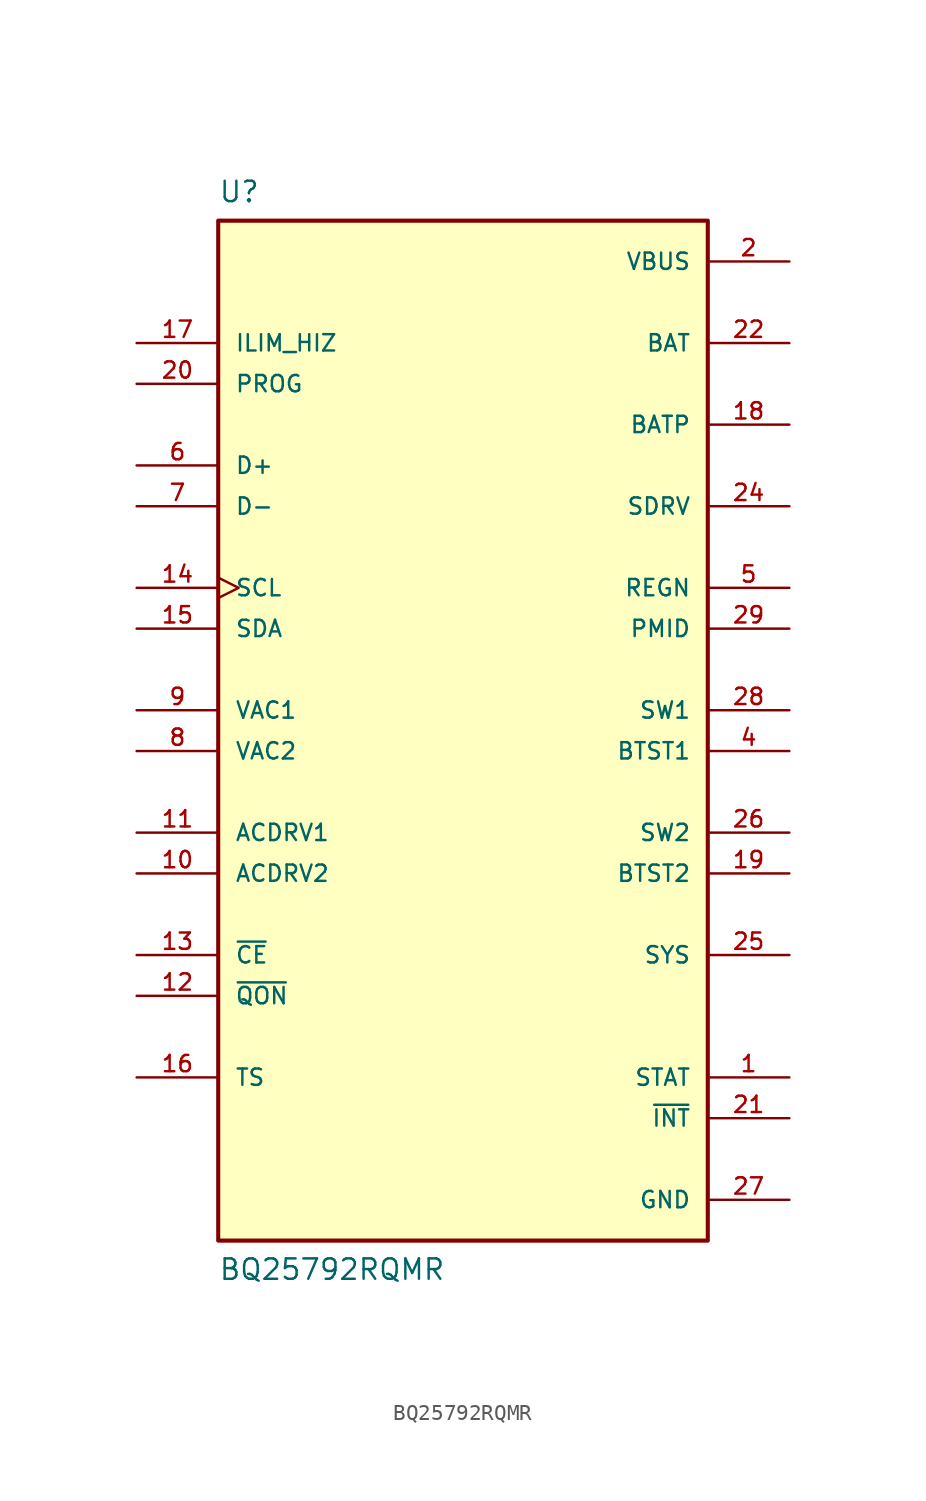
<source format=kicad_sym>
(kicad_symbol_lib
  (version 20211014)
  (generator kicad_symbol_editor)
  (symbol "BQ25792RQMR"
    (pin_names
      (offset 1.016))
    (property "Reference" "U"
      (at -15.24 35.56 0)
      (effects (font (size 1.27 1.27)) (justify top left)))
    (property "Value" "BQ25792RQMR"
      (at -15.24 -33.02 0)
      (effects (font (size 1.27 1.27)) (justify bottom left)))
    (symbol "BQ25792RQMR_0_0"
      (rectangle (start -15.24 -30.48) (end 15.24 33.02) (stroke (width 0.254)) (fill (type background)))
      (pin output line (at 20.32 -20.32 180.0) (length 5.08) (name "STAT" (effects (font (size 1.016 1.016)))) (number "1" (effects (font (size 1.016 1.016)))))
      (pin power_in line (at 20.32 30.48 180.0) (length 5.08) (name "VBUS" (effects (font (size 1.016 1.016)))) (number "2" (effects (font (size 1.016 1.016)))))
      (pin power_in line (at 20.32 30.48 180.0) (length 5.08) hide (name "VBUS" (effects (font (size 1.016 1.016)))) (number "3" (effects (font (size 1.016 1.016)))))
      (pin power_in line (at 20.32 0.0 180.0) (length 5.08) (name "BTST1" (effects (font (size 1.016 1.016)))) (number "4" (effects (font (size 1.016 1.016)))))
      (pin power_in line (at 20.32 10.16 180.0) (length 5.08) (name "REGN" (effects (font (size 1.016 1.016)))) (number "5" (effects (font (size 1.016 1.016)))))
      (pin bidirectional line (at -20.32 17.78 0) (length 5.08) (name "D+" (effects (font (size 1.016 1.016)))) (number "6" (effects (font (size 1.016 1.016)))))
      (pin bidirectional line (at -20.32 15.24 0) (length 5.08) (name "D-" (effects (font (size 1.016 1.016)))) (number "7" (effects (font (size 1.016 1.016)))))
      (pin power_in line (at -20.32 0.0 0) (length 5.08) (name "VAC2" (effects (font (size 1.016 1.016)))) (number "8" (effects (font (size 1.016 1.016)))))
      (pin power_in line (at -20.32 2.54 0) (length 5.08) (name "VAC1" (effects (font (size 1.016 1.016)))) (number "9" (effects (font (size 1.016 1.016)))))
      (pin power_in line (at -20.32 -7.62 0) (length 5.08) (name "ACDRV2" (effects (font (size 1.016 1.016)))) (number "10" (effects (font (size 1.016 1.016)))))
      (pin power_in line (at -20.32 -5.08 0) (length 5.08) (name "ACDRV1" (effects (font (size 1.016 1.016)))) (number "11" (effects (font (size 1.016 1.016)))))
      (pin input line (at -20.32 -15.24 0) (length 5.08) (name "~{QON}" (effects (font (size 1.016 1.016)))) (number "12" (effects (font (size 1.016 1.016)))))
      (pin input line (at -20.32 -12.7 0) (length 5.08) (name "~{CE}" (effects (font (size 1.016 1.016)))) (number "13" (effects (font (size 1.016 1.016)))))
      (pin input clock (at -20.32 10.16 0) (length 5.08) (name "SCL" (effects (font (size 1.016 1.016)))) (number "14" (effects (font (size 1.016 1.016)))))
      (pin bidirectional line (at -20.32 7.62 0) (length 5.08) (name "SDA" (effects (font (size 1.016 1.016)))) (number "15" (effects (font (size 1.016 1.016)))))
      (pin input line (at -20.32 -20.32 0) (length 5.08) (name "TS" (effects (font (size 1.016 1.016)))) (number "16" (effects (font (size 1.016 1.016)))))
      (pin input line (at -20.32 25.4 0) (length 5.08) (name "ILIM_HIZ" (effects (font (size 1.016 1.016)))) (number "17" (effects (font (size 1.016 1.016)))))
      (pin power_in line (at 20.32 20.32 180.0) (length 5.08) (name "BATP" (effects (font (size 1.016 1.016)))) (number "18" (effects (font (size 1.016 1.016)))))
      (pin power_in line (at 20.32 -7.62 180.0) (length 5.08) (name "BTST2" (effects (font (size 1.016 1.016)))) (number "19" (effects (font (size 1.016 1.016)))))
      (pin input line (at -20.32 22.86 0) (length 5.08) (name "PROG" (effects (font (size 1.016 1.016)))) (number "20" (effects (font (size 1.016 1.016)))))
      (pin output line (at 20.32 -22.86 180.0) (length 5.08) (name "~{INT}" (effects (font (size 1.016 1.016)))) (number "21" (effects (font (size 1.016 1.016)))))
      (pin power_in line (at 20.32 25.4 180.0) (length 5.08) (name "BAT" (effects (font (size 1.016 1.016)))) (number "22" (effects (font (size 1.016 1.016)))))
      (pin power_in line (at 20.32 25.4 180.0) (length 5.08) hide (name "BAT" (effects (font (size 1.016 1.016)))) (number "23" (effects (font (size 1.016 1.016)))))
      (pin power_in line (at 20.32 15.24 180.0) (length 5.08) (name "SDRV" (effects (font (size 1.016 1.016)))) (number "24" (effects (font (size 1.016 1.016)))))
      (pin power_in line (at 20.32 -12.7 180.0) (length 5.08) (name "SYS" (effects (font (size 1.016 1.016)))) (number "25" (effects (font (size 1.016 1.016)))))
      (pin power_in line (at 20.32 -5.08 180.0) (length 5.08) (name "SW2" (effects (font (size 1.016 1.016)))) (number "26" (effects (font (size 1.016 1.016)))))
      (pin power_in line (at 20.32 -27.94 180.0) (length 5.08) (name "GND" (effects (font (size 1.016 1.016)))) (number "27" (effects (font (size 1.016 1.016)))))
      (pin power_in line (at 20.32 2.54 180.0) (length 5.08) (name "SW1" (effects (font (size 1.016 1.016)))) (number "28" (effects (font (size 1.016 1.016)))))
      (pin power_in line (at 20.32 7.62 180.0) (length 5.08) (name "PMID" (effects (font (size 1.016 1.016)))) (number "29" (effects (font (size 1.016 1.016))))))))
</source>
